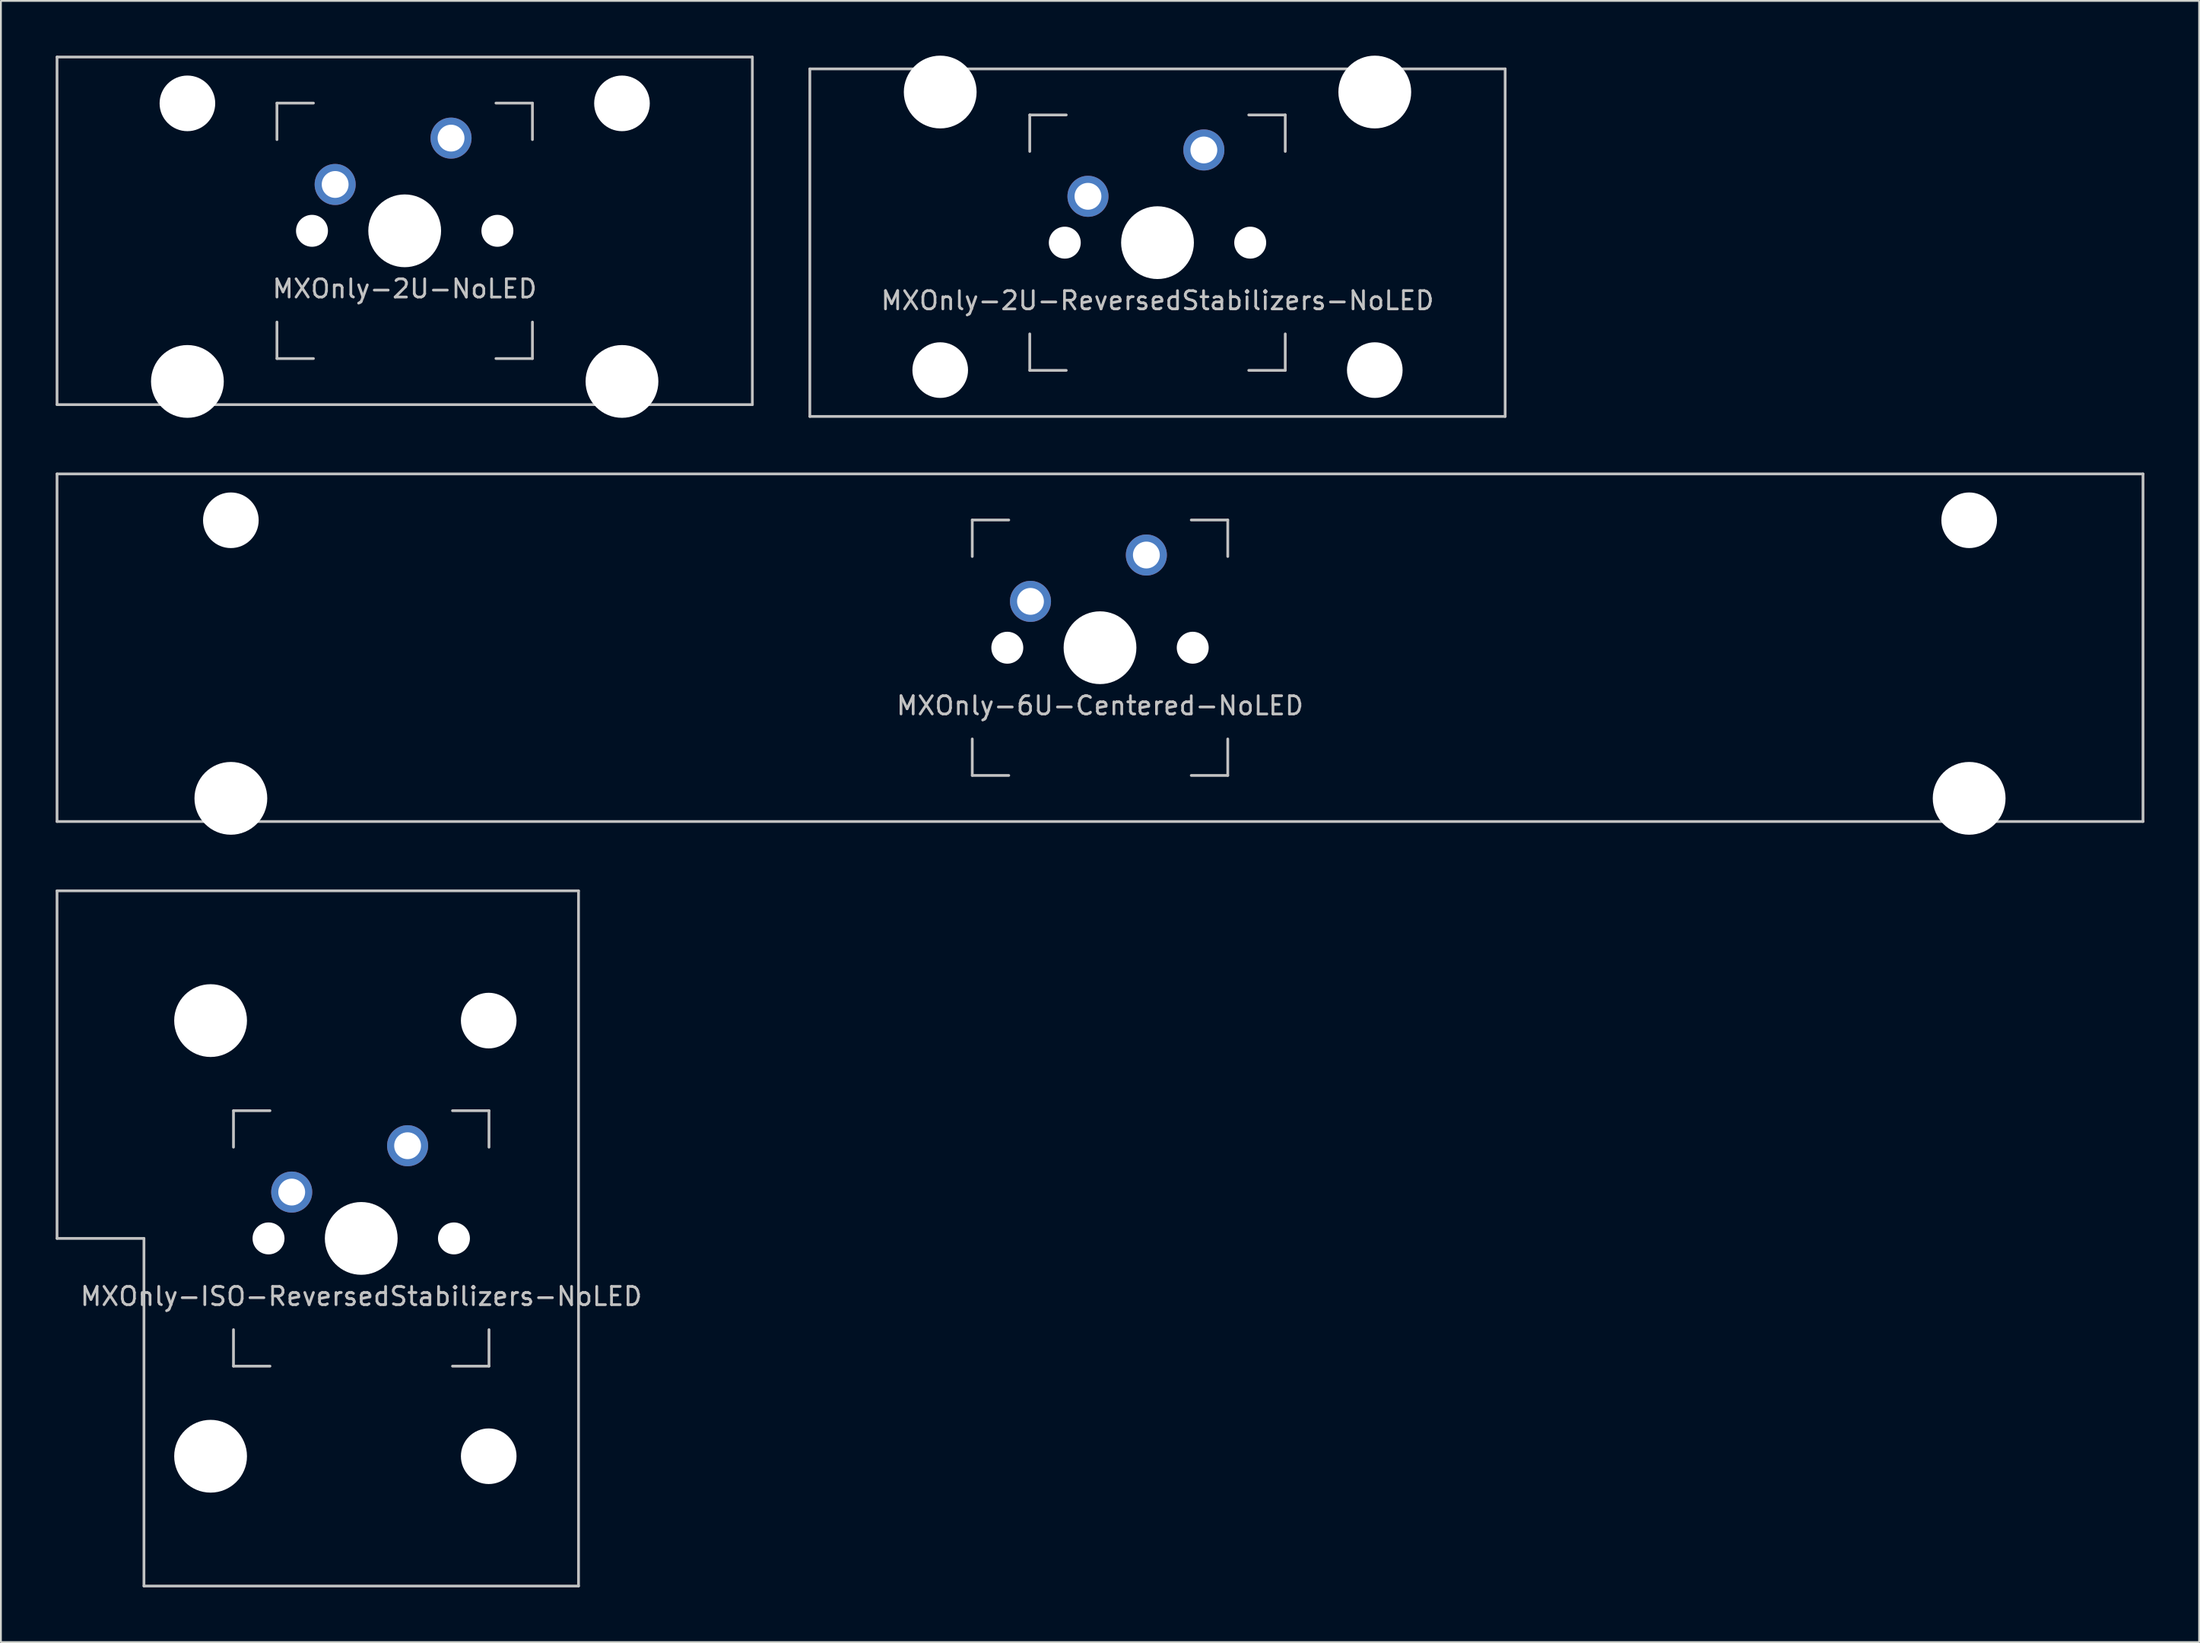
<source format=kicad_pcb>
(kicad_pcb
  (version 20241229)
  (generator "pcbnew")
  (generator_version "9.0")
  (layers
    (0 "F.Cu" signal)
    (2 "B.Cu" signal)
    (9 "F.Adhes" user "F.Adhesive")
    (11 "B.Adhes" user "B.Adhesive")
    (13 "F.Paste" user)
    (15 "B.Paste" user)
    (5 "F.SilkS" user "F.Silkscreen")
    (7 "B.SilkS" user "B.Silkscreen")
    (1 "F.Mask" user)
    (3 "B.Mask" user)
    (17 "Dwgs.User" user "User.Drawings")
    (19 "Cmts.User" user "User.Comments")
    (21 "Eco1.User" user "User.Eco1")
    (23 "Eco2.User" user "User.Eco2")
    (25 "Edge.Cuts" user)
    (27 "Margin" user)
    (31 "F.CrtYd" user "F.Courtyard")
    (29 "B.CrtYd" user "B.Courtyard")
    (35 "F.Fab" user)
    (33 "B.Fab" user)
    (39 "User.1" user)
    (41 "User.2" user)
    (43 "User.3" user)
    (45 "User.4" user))
  (footprint "MXOnly-2U-ReversedStabilizers-NoLED"
    (layer "F.Cu")
    (at 60.375 10.249)
    (property "Reference" "MXOnly-2U-ReversedStabilizers-NoLED" (at 0 3.175 0) (layer "Dwgs.User") (effects (font (size 1 1) (thickness 0.15))))
    (attr through_hole)
    (fp_line (start -19.05 -9.525) (end 19.05 -9.525) (stroke (width 0.15) (type solid)) (layer "Dwgs.User"))
    (fp_line (start -19.05 9.525) (end -19.05 -9.525) (stroke (width 0.15) (type solid)) (layer "Dwgs.User"))
    (fp_line (start -19.05 9.525) (end 19.05 9.525) (stroke (width 0.15) (type solid)) (layer "Dwgs.User"))
    (fp_line (start -7 -7) (end -7 -5) (stroke (width 0.15) (type solid)) (layer "Dwgs.User"))
    (fp_line (start -7 5) (end -7 7) (stroke (width 0.15) (type solid)) (layer "Dwgs.User"))
    (fp_line (start -7 7) (end -5 7) (stroke (width 0.15) (type solid)) (layer "Dwgs.User"))
    (fp_line (start -5 -7) (end -7 -7) (stroke (width 0.15) (type solid)) (layer "Dwgs.User"))
    (fp_line (start 5 -7) (end 7 -7) (stroke (width 0.15) (type solid)) (layer "Dwgs.User"))
    (fp_line (start 5 7) (end 7 7) (stroke (width 0.15) (type solid)) (layer "Dwgs.User"))
    (fp_line (start 7 -7) (end 7 -5) (stroke (width 0.15) (type solid)) (layer "Dwgs.User"))
    (fp_line (start 7 7) (end 7 5) (stroke (width 0.15) (type solid)) (layer "Dwgs.User"))
    (fp_line (start 19.05 -9.525) (end 19.05 9.525) (stroke (width 0.15) (type solid)) (layer "Dwgs.User"))
    (pad "" np_thru_hole circle (at -11.906 -8.255) (size 3.988 3.988) (drill 3.988) (layers "*.Cu" "*.Mask"))
    (pad "" np_thru_hole circle (at -11.906 6.985) (size 3.048 3.048) (drill 3.048) (layers "*.Cu" "*.Mask"))
    (pad "" np_thru_hole circle (at -5.08 0 48.1) (size 1.75 1.75) (drill 1.75) (layers "*.Cu" "*.Mask"))
    (pad "" np_thru_hole circle (at 0 0) (size 3.988 3.988) (drill 3.988) (layers "*.Cu" "*.Mask"))
    (pad "" np_thru_hole circle (at 5.08 0 48.1) (size 1.75 1.75) (drill 1.75) (layers "*.Cu" "*.Mask"))
    (pad "" np_thru_hole circle (at 11.906 -8.255) (size 3.988 3.988) (drill 3.988) (layers "*.Cu" "*.Mask"))
    (pad "" np_thru_hole circle (at 11.906 6.985) (size 3.048 3.048) (drill 3.048) (layers "*.Cu" "*.Mask"))
    (pad "1" thru_hole circle (at -3.81 -2.54) (size 2.25 2.25) (drill 1.47) (layers "*.Cu" "B.Mask"))
    (pad "2" thru_hole circle (at 2.54 -5.08) (size 2.25 2.25) (drill 1.47) (layers "*.Cu" "B.Mask")))
  (footprint "MXOnly-6U-Centered-NoLED"
    (layer "F.Cu")
    (at 57.225 32.449)
    (property "Reference" "MXOnly-6U-Centered-NoLED" (at 0 3.175 0) (layer "Dwgs.User") (effects (font (size 1 1) (thickness 0.15))))
    (attr through_hole)
    (fp_line (start -57.15 -9.525) (end 57.15 -9.525) (stroke (width 0.15) (type solid)) (layer "Dwgs.User"))
    (fp_line (start -57.15 9.525) (end -57.15 -9.525) (stroke (width 0.15) (type solid)) (layer "Dwgs.User"))
    (fp_line (start -57.15 9.525) (end 57.15 9.525) (stroke (width 0.15) (type solid)) (layer "Dwgs.User"))
    (fp_line (start -7 -7) (end -7 -5) (stroke (width 0.15) (type solid)) (layer "Dwgs.User"))
    (fp_line (start -7 5) (end -7 7) (stroke (width 0.15) (type solid)) (layer "Dwgs.User"))
    (fp_line (start -7 7) (end -5 7) (stroke (width 0.15) (type solid)) (layer "Dwgs.User"))
    (fp_line (start -5 -7) (end -7 -7) (stroke (width 0.15) (type solid)) (layer "Dwgs.User"))
    (fp_line (start 5 -7) (end 7 -7) (stroke (width 0.15) (type solid)) (layer "Dwgs.User"))
    (fp_line (start 5 7) (end 7 7) (stroke (width 0.15) (type solid)) (layer "Dwgs.User"))
    (fp_line (start 7 -7) (end 7 -5) (stroke (width 0.15) (type solid)) (layer "Dwgs.User"))
    (fp_line (start 7 7) (end 7 5) (stroke (width 0.15) (type solid)) (layer "Dwgs.User"))
    (fp_line (start 57.15 -9.525) (end 57.15 9.525) (stroke (width 0.15) (type solid)) (layer "Dwgs.User"))
    (pad "" np_thru_hole circle (at -47.625 -6.985) (size 3.048 3.048) (drill 3.048) (layers "*.Cu" "*.Mask"))
    (pad "" np_thru_hole circle (at -47.625 8.255) (size 3.988 3.988) (drill 3.988) (layers "*.Cu" "*.Mask"))
    (pad "" np_thru_hole circle (at -5.08 0 48.1) (size 1.75 1.75) (drill 1.75) (layers "*.Cu" "*.Mask"))
    (pad "" np_thru_hole circle (at 0 0) (size 3.988 3.988) (drill 3.988) (layers "*.Cu" "*.Mask"))
    (pad "" np_thru_hole circle (at 5.08 0 48.1) (size 1.75 1.75) (drill 1.75) (layers "*.Cu" "*.Mask"))
    (pad "" np_thru_hole circle (at 47.625 -6.985) (size 3.048 3.048) (drill 3.048) (layers "*.Cu" "*.Mask"))
    (pad "" np_thru_hole circle (at 47.625 8.255) (size 3.988 3.988) (drill 3.988) (layers "*.Cu" "*.Mask"))
    (pad "1" thru_hole circle (at -3.81 -2.54) (size 2.25 2.25) (drill 1.47) (layers "*.Cu" "B.Mask"))
    (pad "2" thru_hole circle (at 2.54 -5.08) (size 2.25 2.25) (drill 1.47) (layers "*.Cu" "B.Mask")))
  (footprint "MXOnly-ISO-ReversedStabilizers-NoLED"
    (layer "F.Cu")
    (at 16.744 64.823)
    (property "Reference" "MXOnly-ISO-ReversedStabilizers-NoLED" (at 0 3.175 0) (layer "Dwgs.User") (effects (font (size 1 1) (thickness 0.15))))
    (attr through_hole)
    (fp_line (start -16.669 -19.05) (end -16.669 0) (stroke (width 0.15) (type solid)) (layer "Dwgs.User"))
    (fp_line (start -16.669 -19.05) (end 11.906 -19.05) (stroke (width 0.15) (type solid)) (layer "Dwgs.User"))
    (fp_line (start -11.906 0) (end -16.669 0) (stroke (width 0.15) (type solid)) (layer "Dwgs.User"))
    (fp_line (start -11.906 19.05) (end -11.906 0) (stroke (width 0.15) (type solid)) (layer "Dwgs.User"))
    (fp_line (start -11.906 19.05) (end 11.906 19.05) (stroke (width 0.15) (type solid)) (layer "Dwgs.User"))
    (fp_line (start -7 -7) (end -7 -5) (stroke (width 0.15) (type solid)) (layer "Dwgs.User"))
    (fp_line (start -7 5) (end -7 7) (stroke (width 0.15) (type solid)) (layer "Dwgs.User"))
    (fp_line (start -7 7) (end -5 7) (stroke (width 0.15) (type solid)) (layer "Dwgs.User"))
    (fp_line (start -5 -7) (end -7 -7) (stroke (width 0.15) (type solid)) (layer "Dwgs.User"))
    (fp_line (start 5 -7) (end 7 -7) (stroke (width 0.15) (type solid)) (layer "Dwgs.User"))
    (fp_line (start 5 7) (end 7 7) (stroke (width 0.15) (type solid)) (layer "Dwgs.User"))
    (fp_line (start 7 -7) (end 7 -5) (stroke (width 0.15) (type solid)) (layer "Dwgs.User"))
    (fp_line (start 7 7) (end 7 5) (stroke (width 0.15) (type solid)) (layer "Dwgs.User"))
    (fp_line (start 11.906 -19.05) (end 11.906 19.05) (stroke (width 0.15) (type solid)) (layer "Dwgs.User"))
    (pad "" np_thru_hole circle (at -8.255 -11.938) (size 3.988 3.988) (drill 3.988) (layers "*.Cu" "*.Mask"))
    (pad "" np_thru_hole circle (at -8.255 11.938) (size 3.988 3.988) (drill 3.988) (layers "*.Cu" "*.Mask"))
    (pad "" np_thru_hole circle (at -5.08 0 48.1) (size 1.75 1.75) (drill 1.75) (layers "*.Cu" "*.Mask"))
    (pad "" np_thru_hole circle (at 0 0) (size 3.988 3.988) (drill 3.988) (layers "*.Cu" "*.Mask"))
    (pad "" np_thru_hole circle (at 5.08 0 48.1) (size 1.75 1.75) (drill 1.75) (layers "*.Cu" "*.Mask"))
    (pad "" np_thru_hole circle (at 6.985 -11.938) (size 3.048 3.048) (drill 3.048) (layers "*.Cu" "*.Mask"))
    (pad "" np_thru_hole circle (at 6.985 11.938) (size 3.048 3.048) (drill 3.048) (layers "*.Cu" "*.Mask"))
    (pad "1" thru_hole circle (at -3.81 -2.54) (size 2.25 2.25) (drill 1.47) (layers "*.Cu" "B.Mask"))
    (pad "2" thru_hole circle (at 2.54 -5.08) (size 2.25 2.25) (drill 1.47) (layers "*.Cu" "B.Mask")))
  (footprint "MXOnly-2U-NoLED"
    (layer "F.Cu")
    (at 19.125 9.6)
    (property "Reference" "MXOnly-2U-NoLED" (at 0 3.175 0) (layer "Dwgs.User") (effects (font (size 1 1) (thickness 0.15))))
    (attr through_hole)
    (fp_line (start -19.05 -9.525) (end 19.05 -9.525) (stroke (width 0.15) (type solid)) (layer "Dwgs.User"))
    (fp_line (start -19.05 9.525) (end -19.05 -9.525) (stroke (width 0.15) (type solid)) (layer "Dwgs.User"))
    (fp_line (start -19.05 9.525) (end 19.05 9.525) (stroke (width 0.15) (type solid)) (layer "Dwgs.User"))
    (fp_line (start -7 -7) (end -7 -5) (stroke (width 0.15) (type solid)) (layer "Dwgs.User"))
    (fp_line (start -7 5) (end -7 7) (stroke (width 0.15) (type solid)) (layer "Dwgs.User"))
    (fp_line (start -7 7) (end -5 7) (stroke (width 0.15) (type solid)) (layer "Dwgs.User"))
    (fp_line (start -5 -7) (end -7 -7) (stroke (width 0.15) (type solid)) (layer "Dwgs.User"))
    (fp_line (start 5 -7) (end 7 -7) (stroke (width 0.15) (type solid)) (layer "Dwgs.User"))
    (fp_line (start 5 7) (end 7 7) (stroke (width 0.15) (type solid)) (layer "Dwgs.User"))
    (fp_line (start 7 -7) (end 7 -5) (stroke (width 0.15) (type solid)) (layer "Dwgs.User"))
    (fp_line (start 7 7) (end 7 5) (stroke (width 0.15) (type solid)) (layer "Dwgs.User"))
    (fp_line (start 19.05 -9.525) (end 19.05 9.525) (stroke (width 0.15) (type solid)) (layer "Dwgs.User"))
    (pad "" np_thru_hole circle (at -11.906 -6.985) (size 3.048 3.048) (drill 3.048) (layers "*.Cu" "*.Mask"))
    (pad "" np_thru_hole circle (at -11.906 8.255) (size 3.988 3.988) (drill 3.988) (layers "*.Cu" "*.Mask"))
    (pad "" np_thru_hole circle (at -5.08 0 48.1) (size 1.75 1.75) (drill 1.75) (layers "*.Cu" "*.Mask"))
    (pad "" np_thru_hole circle (at 0 0) (size 3.988 3.988) (drill 3.988) (layers "*.Cu" "*.Mask"))
    (pad "" np_thru_hole circle (at 5.08 0 48.1) (size 1.75 1.75) (drill 1.75) (layers "*.Cu" "*.Mask"))
    (pad "" np_thru_hole circle (at 11.906 -6.985) (size 3.048 3.048) (drill 3.048) (layers "*.Cu" "*.Mask"))
    (pad "" np_thru_hole circle (at 11.906 8.255) (size 3.988 3.988) (drill 3.988) (layers "*.Cu" "*.Mask"))
    (pad "1" thru_hole circle (at -3.81 -2.54) (size 2.25 2.25) (drill 1.47) (layers "*.Cu" "B.Mask"))
    (pad "2" thru_hole circle (at 2.54 -5.08) (size 2.25 2.25) (drill 1.47) (layers "*.Cu" "B.Mask")))
  (gr_rect
    (start -3 -3)
    (end 117.45 86.948)
    (stroke (width 0.1) (type default))
    (fill no)
    (layer "Edge.Cuts")))
</source>
